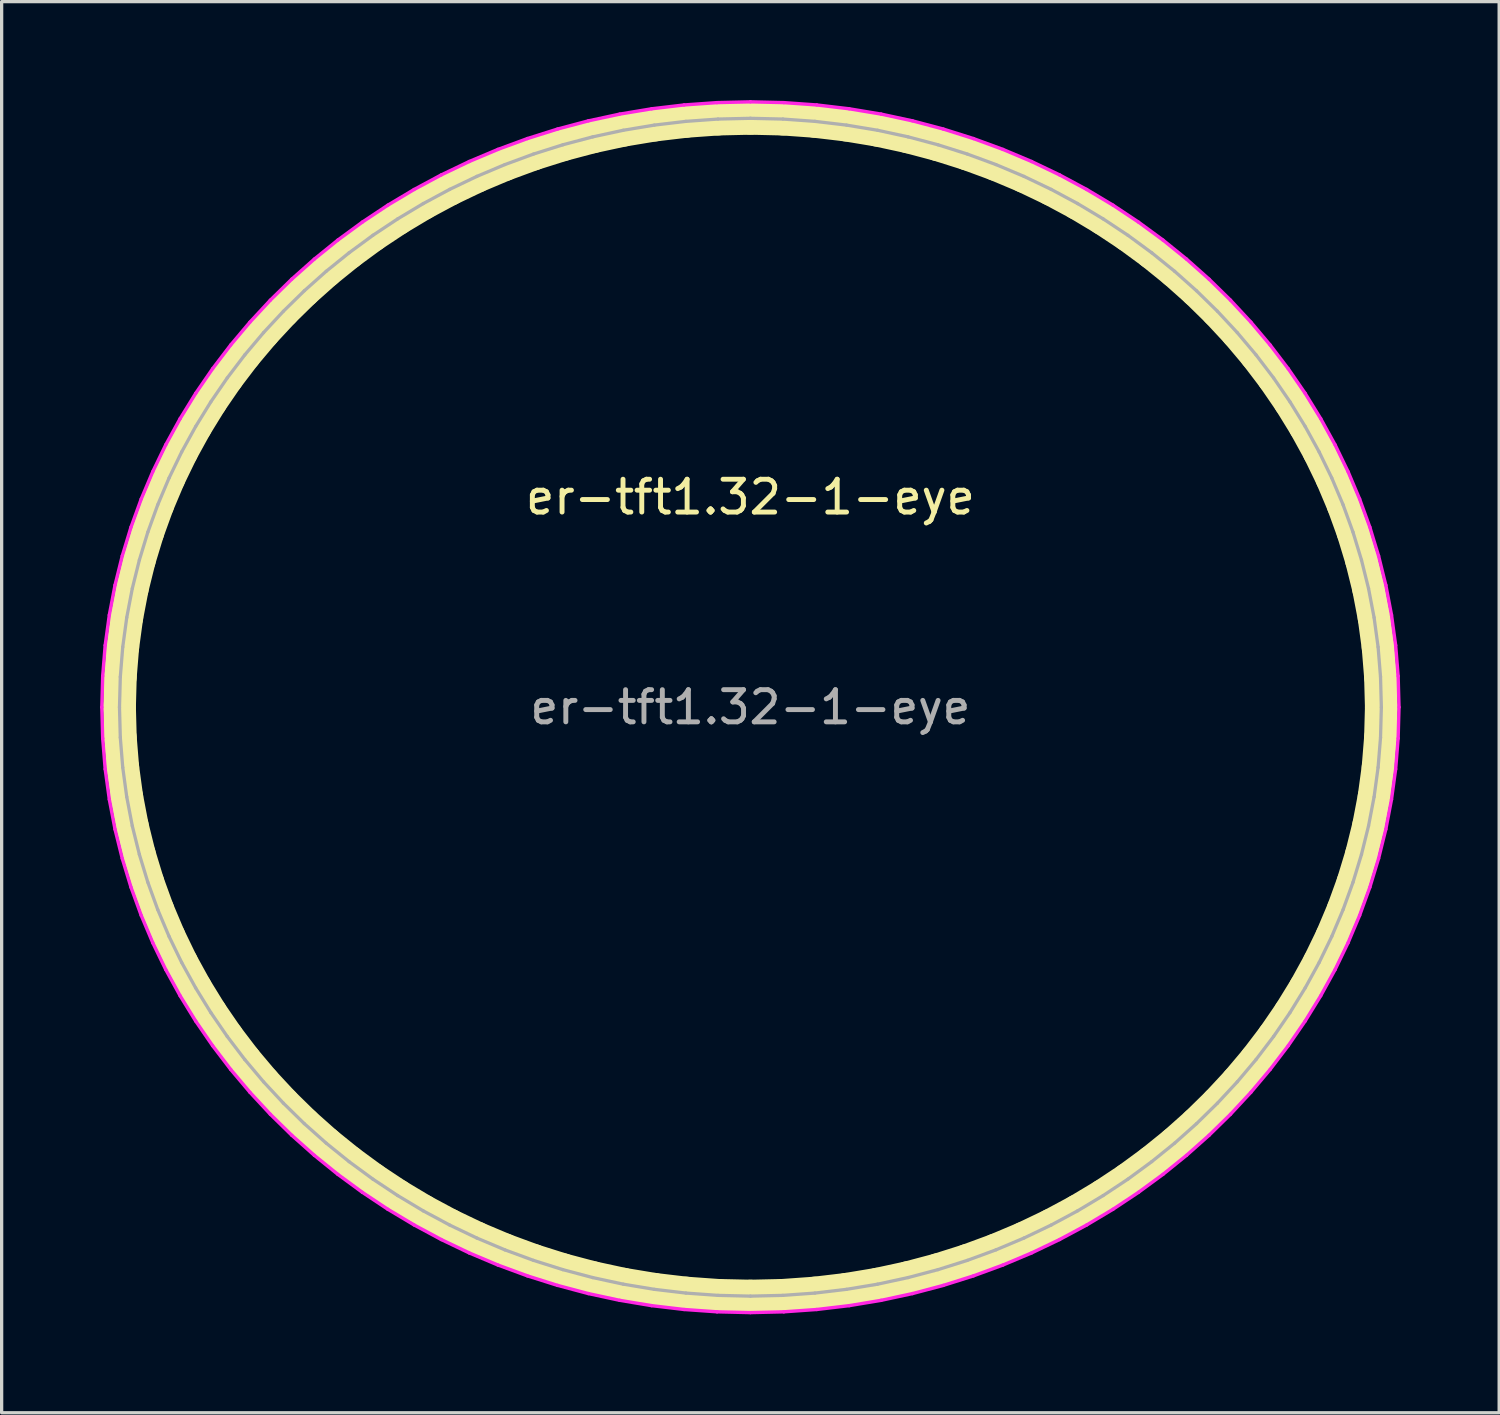
<source format=kicad_pcb>
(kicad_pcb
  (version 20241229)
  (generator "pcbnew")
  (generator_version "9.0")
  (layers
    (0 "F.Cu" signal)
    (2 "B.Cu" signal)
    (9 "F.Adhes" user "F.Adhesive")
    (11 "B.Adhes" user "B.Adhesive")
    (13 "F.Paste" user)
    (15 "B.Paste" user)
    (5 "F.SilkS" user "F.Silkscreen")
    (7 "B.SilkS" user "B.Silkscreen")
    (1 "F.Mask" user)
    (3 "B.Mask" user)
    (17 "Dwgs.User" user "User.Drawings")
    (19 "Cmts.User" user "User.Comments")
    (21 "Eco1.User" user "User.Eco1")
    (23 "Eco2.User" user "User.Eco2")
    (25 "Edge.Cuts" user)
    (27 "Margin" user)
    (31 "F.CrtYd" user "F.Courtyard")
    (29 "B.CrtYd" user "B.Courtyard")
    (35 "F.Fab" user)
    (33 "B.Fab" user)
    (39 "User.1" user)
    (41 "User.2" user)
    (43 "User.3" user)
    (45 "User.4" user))
  (footprint "er-tft1.32-1-eye"
    (layer "F.Cu")
    (at 19.81 18.494)
    (property "Reference" "er-tft1.32-1-eye" (at 0 -6.4 0) (layer "F.SilkS") (effects (font (size 1 1) (thickness 0.15))))
    (attr through_hole board_only exclude_from_pos_files exclude_from_bom)
    (fp_poly (pts (xy -8.24 -4.696) (xy -8.53 -4.142) (xy -8.782 -3.576) (xy -8.995 -2.997) (xy -9.169 -2.409) (xy -9.304 -1.813) (xy -9.401 -1.212) (xy -9.459 -0.607) (xy -9.478 0.000309) (xy -9.459 0.607) (xy -9.401 1.213) (xy -9.304 1.814) (xy -9.169 2.41) (xy -8.995 2.998) (xy -8.782 3.576) (xy -8.53 4.143) (xy -8.24 4.697) (xy -11.874 8.331) (xy -12.49 7.375) (xy -13.023 6.384) (xy -13.474 5.365) (xy -13.844 4.321) (xy -14.131 3.258) (xy -14.336 2.18) (xy -14.459 1.092) (xy -14.5 0.000184) (xy -14.459 -1.092) (xy -14.336 -2.18) (xy -14.131 -3.257) (xy -13.844 -4.321) (xy -13.475 -5.364) (xy -13.023 -6.384) (xy -12.49 -7.375) (xy -11.875 -8.331)) (stroke (width 0) (type solid)) (fill yes) (layer "F.Mask"))
    (fp_poly (pts (xy -4.164 8.557) (xy -3.594 8.811) (xy -3.013 9.026) (xy -2.422 9.202) (xy -1.823 9.339) (xy -1.219 9.437) (xy -0.61 9.496) (xy -0.000001 9.516) (xy 0.61 9.496) (xy 1.219 9.437) (xy 1.823 9.339) (xy 2.422 9.202) (xy 3.013 9.026) (xy 3.594 8.811) (xy 4.164 8.557) (xy 4.72 8.263) (xy 8.331 11.875) (xy 7.375 12.49) (xy 6.384 13.023) (xy 5.364 13.474) (xy 4.321 13.844) (xy 3.257 14.131) (xy 2.18 14.336) (xy 1.092 14.459) (xy -0.000001 14.5) (xy -1.092 14.459) (xy -2.18 14.336) (xy -3.257 14.131) (xy -4.321 13.844) (xy -5.364 13.474) (xy -6.384 13.023) (xy -7.375 12.49) (xy -8.331 11.875) (xy -4.72 8.263)) (stroke (width 0) (type solid)) (fill yes) (layer "F.Mask"))
    (fp_poly (pts (xy 1.092 -14.459) (xy 2.18 -14.336) (xy 3.258 -14.131) (xy 4.321 -13.844) (xy 5.365 -13.474) (xy 6.384 -13.023) (xy 7.375 -12.49) (xy 8.331 -11.874) (xy 4.696 -8.239) (xy 4.143 -8.53) (xy 3.576 -8.781) (xy 2.997 -8.994) (xy 2.409 -9.168) (xy 1.814 -9.304) (xy 1.212 -9.401) (xy 0.607 -9.459) (xy 0 -9.478) (xy -0.607 -9.459) (xy -1.212 -9.401) (xy -1.814 -9.304) (xy -2.409 -9.168) (xy -2.997 -8.994) (xy -3.576 -8.781) (xy -4.143 -8.53) (xy -4.696 -8.239) (xy -8.331 -11.874) (xy -7.375 -12.49) (xy -6.384 -13.023) (xy -5.365 -13.474) (xy -4.321 -13.844) (xy -3.258 -14.131) (xy -2.18 -14.336) (xy -1.092 -14.459) (xy 0.000001 -14.5)) (stroke (width 0) (type solid)) (fill yes) (layer "F.Mask"))
    (fp_poly (pts (xy 11.875 -8.331) (xy 12.49 -7.375) (xy 13.023 -6.384) (xy 13.475 -5.364) (xy 13.844 -4.321) (xy 14.131 -3.257) (xy 14.336 -2.18) (xy 14.459 -1.092) (xy 14.5 0.000184) (xy 14.459 1.092) (xy 14.336 2.18) (xy 14.131 3.258) (xy 13.844 4.321) (xy 13.474 5.365) (xy 13.023 6.384) (xy 12.49 7.375) (xy 11.874 8.331) (xy 8.24 4.697) (xy 8.53 4.143) (xy 8.782 3.576) (xy 8.995 2.998) (xy 9.169 2.41) (xy 9.304 1.814) (xy 9.401 1.213) (xy 9.459 0.607) (xy 9.478 0.000309) (xy 9.459 -0.607) (xy 9.401 -1.212) (xy 9.304 -1.813) (xy 9.169 -2.409) (xy 8.995 -2.997) (xy 8.782 -3.576) (xy 8.53 -4.142) (xy 8.24 -4.696) (xy 11.875 -8.331)) (stroke (width 0) (type solid)) (fill yes) (layer "F.Mask"))
    (fp_line (start -19.22 0) (end -19.195 -0.923) (stroke (width 1) (type solid)) (layer "F.SilkS"))
    (fp_line (start -19.195 -0.923) (end -19.121 -1.834) (stroke (width 1) (type solid)) (layer "F.SilkS"))
    (fp_line (start -19.195 0.923) (end -19.22 0) (stroke (width 1) (type solid)) (layer "F.SilkS"))
    (fp_line (start -19.121 -1.834) (end -18.999 -2.732) (stroke (width 1) (type solid)) (layer "F.SilkS"))
    (fp_line (start -19.121 1.834) (end -19.195 0.923) (stroke (width 1) (type solid)) (layer "F.SilkS"))
    (fp_line (start -18.999 -2.732) (end -18.83 -3.616) (stroke (width 1) (type solid)) (layer "F.SilkS"))
    (fp_line (start -18.999 2.732) (end -19.121 1.834) (stroke (width 1) (type solid)) (layer "F.SilkS"))
    (fp_line (start -18.83 -3.616) (end -18.615 -4.483) (stroke (width 1) (type solid)) (layer "F.SilkS"))
    (fp_line (start -18.83 3.616) (end -18.999 2.732) (stroke (width 1) (type solid)) (layer "F.SilkS"))
    (fp_line (start -18.615 -4.483) (end -18.356 -5.335) (stroke (width 1) (type solid)) (layer "F.SilkS"))
    (fp_line (start -18.615 4.483) (end -18.83 3.616) (stroke (width 1) (type solid)) (layer "F.SilkS"))
    (fp_line (start -18.356 -5.335) (end -18.054 -6.168) (stroke (width 1) (type solid)) (layer "F.SilkS"))
    (fp_line (start -18.356 5.335) (end -18.615 4.483) (stroke (width 1) (type solid)) (layer "F.SilkS"))
    (fp_line (start -18.054 -6.168) (end -17.71 -6.983) (stroke (width 1) (type solid)) (layer "F.SilkS"))
    (fp_line (start -18.054 6.168) (end -18.356 5.335) (stroke (width 1) (type solid)) (layer "F.SilkS"))
    (fp_line (start -17.71 -6.983) (end -17.325 -7.778) (stroke (width 1) (type solid)) (layer "F.SilkS"))
    (fp_line (start -17.71 6.983) (end -18.054 6.168) (stroke (width 1) (type solid)) (layer "F.SilkS"))
    (fp_line (start -17.325 -7.778) (end -16.9 -8.551) (stroke (width 1) (type solid)) (layer "F.SilkS"))
    (fp_line (start -17.325 7.778) (end -17.71 6.983) (stroke (width 1) (type solid)) (layer "F.SilkS"))
    (fp_line (start -16.9 -8.551) (end -16.437 -9.303) (stroke (width 1) (type solid)) (layer "F.SilkS"))
    (fp_line (start -16.9 8.551) (end -17.325 7.778) (stroke (width 1) (type solid)) (layer "F.SilkS"))
    (fp_line (start -16.437 -9.303) (end -15.938 -10.03) (stroke (width 1) (type solid)) (layer "F.SilkS"))
    (fp_line (start -16.437 9.303) (end -16.9 8.551) (stroke (width 1) (type solid)) (layer "F.SilkS"))
    (fp_line (start -15.938 -10.03) (end -15.402 -10.734) (stroke (width 1) (type solid)) (layer "F.SilkS"))
    (fp_line (start -15.938 10.03) (end -16.437 9.303) (stroke (width 1) (type solid)) (layer "F.SilkS"))
    (fp_line (start -15.402 -10.734) (end -14.831 -11.412) (stroke (width 1) (type solid)) (layer "F.SilkS"))
    (fp_line (start -15.402 10.734) (end -15.938 10.03) (stroke (width 1) (type solid)) (layer "F.SilkS"))
    (fp_line (start -14.831 -11.412) (end -14.227 -12.062) (stroke (width 1) (type solid)) (layer "F.SilkS"))
    (fp_line (start -14.831 11.412) (end -15.402 10.734) (stroke (width 1) (type solid)) (layer "F.SilkS"))
    (fp_line (start -14.227 -12.062) (end -13.591 -12.685) (stroke (width 1) (type solid)) (layer "F.SilkS"))
    (fp_line (start -14.227 12.062) (end -14.831 11.412) (stroke (width 1) (type solid)) (layer "F.SilkS"))
    (fp_line (start -13.591 -12.685) (end -12.923 -13.28) (stroke (width 1) (type solid)) (layer "F.SilkS"))
    (fp_line (start -13.591 12.685) (end -14.227 12.062) (stroke (width 1) (type solid)) (layer "F.SilkS"))
    (fp_line (start -12.923 -13.28) (end -12.226 -13.843) (stroke (width 1) (type solid)) (layer "F.SilkS"))
    (fp_line (start -12.923 13.28) (end -13.591 12.685) (stroke (width 1) (type solid)) (layer "F.SilkS"))
    (fp_line (start -12.226 -13.843) (end -11.5 -14.376) (stroke (width 1) (type solid)) (layer "F.SilkS"))
    (fp_line (start -12.226 13.843) (end -12.923 13.28) (stroke (width 1) (type solid)) (layer "F.SilkS"))
    (fp_line (start -11.5 -14.376) (end -10.746 -14.876) (stroke (width 1) (type solid)) (layer "F.SilkS"))
    (fp_line (start -11.5 14.376) (end -12.226 13.843) (stroke (width 1) (type solid)) (layer "F.SilkS"))
    (fp_line (start -10.746 -14.876) (end -9.966 -15.343) (stroke (width 1) (type solid)) (layer "F.SilkS"))
    (fp_line (start -10.746 14.876) (end -11.5 14.376) (stroke (width 1) (type solid)) (layer "F.SilkS"))
    (fp_line (start -9.966 -15.343) (end -9.161 -15.775) (stroke (width 1) (type solid)) (layer "F.SilkS"))
    (fp_line (start -9.966 15.343) (end -10.746 14.876) (stroke (width 1) (type solid)) (layer "F.SilkS"))
    (fp_line (start -9.161 -15.775) (end -8.333 -16.171) (stroke (width 1) (type solid)) (layer "F.SilkS"))
    (fp_line (start -9.161 15.775) (end -9.966 15.343) (stroke (width 1) (type solid)) (layer "F.SilkS"))
    (fp_line (start -8.333 -16.171) (end -7.481 -16.53) (stroke (width 1) (type solid)) (layer "F.SilkS"))
    (fp_line (start -8.333 16.171) (end -9.161 15.775) (stroke (width 1) (type solid)) (layer "F.SilkS"))
    (fp_line (start -7.481 -16.53) (end -6.608 -16.851) (stroke (width 1) (type solid)) (layer "F.SilkS"))
    (fp_line (start -7.481 16.53) (end -8.333 16.171) (stroke (width 1) (type solid)) (layer "F.SilkS"))
    (fp_line (start -6.608 -16.851) (end -5.715 -17.133) (stroke (width 1) (type solid)) (layer "F.SilkS"))
    (fp_line (start -6.608 16.851) (end -7.481 16.53) (stroke (width 1) (type solid)) (layer "F.SilkS"))
    (fp_line (start -5.715 -17.133) (end -4.803 -17.375) (stroke (width 1) (type solid)) (layer "F.SilkS"))
    (fp_line (start -5.715 17.133) (end -6.608 16.851) (stroke (width 1) (type solid)) (layer "F.SilkS"))
    (fp_line (start -4.803 -17.375) (end -3.873 -17.576) (stroke (width 1) (type solid)) (layer "F.SilkS"))
    (fp_line (start -4.803 17.375) (end -5.715 17.133) (stroke (width 1) (type solid)) (layer "F.SilkS"))
    (fp_line (start -3.873 -17.576) (end -2.927 -17.733) (stroke (width 1) (type solid)) (layer "F.SilkS"))
    (fp_line (start -3.873 17.576) (end -4.803 17.375) (stroke (width 1) (type solid)) (layer "F.SilkS"))
    (fp_line (start -2.927 -17.733) (end -1.965 -17.847) (stroke (width 1) (type solid)) (layer "F.SilkS"))
    (fp_line (start -2.927 17.733) (end -3.873 17.576) (stroke (width 1) (type solid)) (layer "F.SilkS"))
    (fp_line (start -1.965 -17.847) (end -0.989 -17.917) (stroke (width 1) (type solid)) (layer "F.SilkS"))
    (fp_line (start -1.965 17.847) (end -2.927 17.733) (stroke (width 1) (type solid)) (layer "F.SilkS"))
    (fp_line (start -0.989 -17.917) (end 0 -17.94) (stroke (width 1) (type solid)) (layer "F.SilkS"))
    (fp_line (start -0.989 17.917) (end -1.965 17.847) (stroke (width 1) (type solid)) (layer "F.SilkS"))
    (fp_line (start 0 -17.94) (end 0.989 -17.917) (stroke (width 1) (type solid)) (layer "F.SilkS"))
    (fp_line (start 0 17.94) (end -0.989 17.917) (stroke (width 1) (type solid)) (layer "F.SilkS"))
    (fp_line (start 0.989 -17.917) (end 1.965 -17.847) (stroke (width 1) (type solid)) (layer "F.SilkS"))
    (fp_line (start 0.989 17.917) (end 0 17.94) (stroke (width 1) (type solid)) (layer "F.SilkS"))
    (fp_line (start 1.965 -17.847) (end 2.927 -17.733) (stroke (width 1) (type solid)) (layer "F.SilkS"))
    (fp_line (start 1.965 17.847) (end 0.989 17.917) (stroke (width 1) (type solid)) (layer "F.SilkS"))
    (fp_line (start 2.927 -17.733) (end 3.873 -17.576) (stroke (width 1) (type solid)) (layer "F.SilkS"))
    (fp_line (start 2.927 17.733) (end 1.965 17.847) (stroke (width 1) (type solid)) (layer "F.SilkS"))
    (fp_line (start 3.873 -17.576) (end 4.803 -17.375) (stroke (width 1) (type solid)) (layer "F.SilkS"))
    (fp_line (start 3.873 17.576) (end 2.927 17.733) (stroke (width 1) (type solid)) (layer "F.SilkS"))
    (fp_line (start 4.803 -17.375) (end 5.715 -17.133) (stroke (width 1) (type solid)) (layer "F.SilkS"))
    (fp_line (start 4.803 17.375) (end 3.873 17.576) (stroke (width 1) (type solid)) (layer "F.SilkS"))
    (fp_line (start 5.715 -17.133) (end 6.608 -16.851) (stroke (width 1) (type solid)) (layer "F.SilkS"))
    (fp_line (start 5.715 17.133) (end 4.803 17.375) (stroke (width 1) (type solid)) (layer "F.SilkS"))
    (fp_line (start 6.608 -16.851) (end 7.481 -16.53) (stroke (width 1) (type solid)) (layer "F.SilkS"))
    (fp_line (start 6.608 16.851) (end 5.715 17.133) (stroke (width 1) (type solid)) (layer "F.SilkS"))
    (fp_line (start 7.481 -16.53) (end 8.333 -16.171) (stroke (width 1) (type solid)) (layer "F.SilkS"))
    (fp_line (start 7.481 16.53) (end 6.608 16.851) (stroke (width 1) (type solid)) (layer "F.SilkS"))
    (fp_line (start 8.333 -16.171) (end 9.161 -15.775) (stroke (width 1) (type solid)) (layer "F.SilkS"))
    (fp_line (start 8.333 16.171) (end 7.481 16.53) (stroke (width 1) (type solid)) (layer "F.SilkS"))
    (fp_line (start 9.161 -15.775) (end 9.966 -15.343) (stroke (width 1) (type solid)) (layer "F.SilkS"))
    (fp_line (start 9.161 15.775) (end 8.333 16.171) (stroke (width 1) (type solid)) (layer "F.SilkS"))
    (fp_line (start 9.966 -15.343) (end 10.746 -14.876) (stroke (width 1) (type solid)) (layer "F.SilkS"))
    (fp_line (start 9.966 15.343) (end 9.161 15.775) (stroke (width 1) (type solid)) (layer "F.SilkS"))
    (fp_line (start 10.746 -14.876) (end 11.5 -14.376) (stroke (width 1) (type solid)) (layer "F.SilkS"))
    (fp_line (start 10.746 14.876) (end 9.966 15.343) (stroke (width 1) (type solid)) (layer "F.SilkS"))
    (fp_line (start 11.5 -14.376) (end 12.226 -13.843) (stroke (width 1) (type solid)) (layer "F.SilkS"))
    (fp_line (start 11.5 14.376) (end 10.746 14.876) (stroke (width 1) (type solid)) (layer "F.SilkS"))
    (fp_line (start 12.226 -13.843) (end 12.923 -13.28) (stroke (width 1) (type solid)) (layer "F.SilkS"))
    (fp_line (start 12.226 13.843) (end 11.5 14.376) (stroke (width 1) (type solid)) (layer "F.SilkS"))
    (fp_line (start 12.923 -13.28) (end 13.591 -12.685) (stroke (width 1) (type solid)) (layer "F.SilkS"))
    (fp_line (start 12.923 13.28) (end 12.226 13.843) (stroke (width 1) (type solid)) (layer "F.SilkS"))
    (fp_line (start 13.591 -12.685) (end 14.227 -12.062) (stroke (width 1) (type solid)) (layer "F.SilkS"))
    (fp_line (start 13.591 12.685) (end 12.923 13.28) (stroke (width 1) (type solid)) (layer "F.SilkS"))
    (fp_line (start 14.227 -12.062) (end 14.831 -11.412) (stroke (width 1) (type solid)) (layer "F.SilkS"))
    (fp_line (start 14.227 12.062) (end 13.591 12.685) (stroke (width 1) (type solid)) (layer "F.SilkS"))
    (fp_line (start 14.831 -11.412) (end 15.402 -10.734) (stroke (width 1) (type solid)) (layer "F.SilkS"))
    (fp_line (start 14.831 11.412) (end 14.227 12.062) (stroke (width 1) (type solid)) (layer "F.SilkS"))
    (fp_line (start 15.402 -10.734) (end 15.938 -10.03) (stroke (width 1) (type solid)) (layer "F.SilkS"))
    (fp_line (start 15.402 10.734) (end 14.831 11.412) (stroke (width 1) (type solid)) (layer "F.SilkS"))
    (fp_line (start 15.938 -10.03) (end 16.437 -9.303) (stroke (width 1) (type solid)) (layer "F.SilkS"))
    (fp_line (start 15.938 10.03) (end 15.402 10.734) (stroke (width 1) (type solid)) (layer "F.SilkS"))
    (fp_line (start 16.437 -9.303) (end 16.9 -8.551) (stroke (width 1) (type solid)) (layer "F.SilkS"))
    (fp_line (start 16.437 9.303) (end 15.938 10.03) (stroke (width 1) (type solid)) (layer "F.SilkS"))
    (fp_line (start 16.9 -8.551) (end 17.325 -7.778) (stroke (width 1) (type solid)) (layer "F.SilkS"))
    (fp_line (start 16.9 8.551) (end 16.437 9.303) (stroke (width 1) (type solid)) (layer "F.SilkS"))
    (fp_line (start 17.325 -7.778) (end 17.71 -6.983) (stroke (width 1) (type solid)) (layer "F.SilkS"))
    (fp_line (start 17.325 7.778) (end 16.9 8.551) (stroke (width 1) (type solid)) (layer "F.SilkS"))
    (fp_line (start 17.71 -6.983) (end 18.054 -6.168) (stroke (width 1) (type solid)) (layer "F.SilkS"))
    (fp_line (start 17.71 6.983) (end 17.325 7.778) (stroke (width 1) (type solid)) (layer "F.SilkS"))
    (fp_line (start 18.054 -6.168) (end 18.356 -5.335) (stroke (width 1) (type solid)) (layer "F.SilkS"))
    (fp_line (start 18.054 6.168) (end 17.71 6.983) (stroke (width 1) (type solid)) (layer "F.SilkS"))
    (fp_line (start 18.356 -5.335) (end 18.615 -4.483) (stroke (width 1) (type solid)) (layer "F.SilkS"))
    (fp_line (start 18.356 5.335) (end 18.054 6.168) (stroke (width 1) (type solid)) (layer "F.SilkS"))
    (fp_line (start 18.615 -4.483) (end 18.83 -3.616) (stroke (width 1) (type solid)) (layer "F.SilkS"))
    (fp_line (start 18.615 4.483) (end 18.356 5.335) (stroke (width 1) (type solid)) (layer "F.SilkS"))
    (fp_line (start 18.83 -3.616) (end 18.999 -2.732) (stroke (width 1) (type solid)) (layer "F.SilkS"))
    (fp_line (start 18.83 3.616) (end 18.615 4.483) (stroke (width 1) (type solid)) (layer "F.SilkS"))
    (fp_line (start 18.999 -2.732) (end 19.121 -1.834) (stroke (width 1) (type solid)) (layer "F.SilkS"))
    (fp_line (start 18.999 2.732) (end 18.83 3.616) (stroke (width 1) (type solid)) (layer "F.SilkS"))
    (fp_line (start 19.121 -1.834) (end 19.195 -0.923) (stroke (width 1) (type solid)) (layer "F.SilkS"))
    (fp_line (start 19.121 1.834) (end 18.999 2.732) (stroke (width 1) (type solid)) (layer "F.SilkS"))
    (fp_line (start 19.195 -0.923) (end 19.22 0) (stroke (width 1) (type solid)) (layer "F.SilkS"))
    (fp_line (start 19.195 0.923) (end 19.121 1.834) (stroke (width 1) (type solid)) (layer "F.SilkS"))
    (fp_line (start 19.22 0) (end 19.195 0.923) (stroke (width 1) (type solid)) (layer "F.SilkS"))
    (fp_line (start -19.758 0) (end -19.732 -0.949) (stroke (width 0.103) (type solid)) (layer "F.CrtYd"))
    (fp_line (start -19.732 -0.949) (end -19.656 -1.886) (stroke (width 0.103) (type solid)) (layer "F.CrtYd"))
    (fp_line (start -19.732 0.949) (end -19.758 0) (stroke (width 0.103) (type solid)) (layer "F.CrtYd"))
    (fp_line (start -19.656 -1.886) (end -19.53 -2.809) (stroke (width 0.103) (type solid)) (layer "F.CrtYd"))
    (fp_line (start -19.656 1.886) (end -19.732 0.949) (stroke (width 0.103) (type solid)) (layer "F.CrtYd"))
    (fp_line (start -19.53 -2.809) (end -19.357 -3.717) (stroke (width 0.103) (type solid)) (layer "F.CrtYd"))
    (fp_line (start -19.53 2.809) (end -19.656 1.886) (stroke (width 0.103) (type solid)) (layer "F.CrtYd"))
    (fp_line (start -19.357 -3.717) (end -19.136 -4.609) (stroke (width 0.103) (type solid)) (layer "F.CrtYd"))
    (fp_line (start -19.357 3.717) (end -19.53 2.809) (stroke (width 0.103) (type solid)) (layer "F.CrtYd"))
    (fp_line (start -19.136 -4.609) (end -18.87 -5.484) (stroke (width 0.103) (type solid)) (layer "F.CrtYd"))
    (fp_line (start -19.136 4.609) (end -19.357 3.717) (stroke (width 0.103) (type solid)) (layer "F.CrtYd"))
    (fp_line (start -18.87 -5.484) (end -18.559 -6.341) (stroke (width 0.103) (type solid)) (layer "F.CrtYd"))
    (fp_line (start -18.87 5.484) (end -19.136 4.609) (stroke (width 0.103) (type solid)) (layer "F.CrtYd"))
    (fp_line (start -18.559 -6.341) (end -18.205 -7.179) (stroke (width 0.103) (type solid)) (layer "F.CrtYd"))
    (fp_line (start -18.559 6.341) (end -18.87 5.484) (stroke (width 0.103) (type solid)) (layer "F.CrtYd"))
    (fp_line (start -18.205 -7.179) (end -17.81 -7.996) (stroke (width 0.103) (type solid)) (layer "F.CrtYd"))
    (fp_line (start -18.205 7.179) (end -18.559 6.341) (stroke (width 0.103) (type solid)) (layer "F.CrtYd"))
    (fp_line (start -17.81 -7.996) (end -17.373 -8.791) (stroke (width 0.103) (type solid)) (layer "F.CrtYd"))
    (fp_line (start -17.81 7.996) (end -18.205 7.179) (stroke (width 0.103) (type solid)) (layer "F.CrtYd"))
    (fp_line (start -17.373 -8.791) (end -16.898 -9.563) (stroke (width 0.103) (type solid)) (layer "F.CrtYd"))
    (fp_line (start -17.373 8.791) (end -17.81 7.996) (stroke (width 0.103) (type solid)) (layer "F.CrtYd"))
    (fp_line (start -16.898 -9.563) (end -16.384 -10.311) (stroke (width 0.103) (type solid)) (layer "F.CrtYd"))
    (fp_line (start -16.898 9.563) (end -17.373 8.791) (stroke (width 0.103) (type solid)) (layer "F.CrtYd"))
    (fp_line (start -16.384 -10.311) (end -15.833 -11.034) (stroke (width 0.103) (type solid)) (layer "F.CrtYd"))
    (fp_line (start -16.384 10.311) (end -16.898 9.563) (stroke (width 0.103) (type solid)) (layer "F.CrtYd"))
    (fp_line (start -15.833 -11.034) (end -15.246 -11.731) (stroke (width 0.103) (type solid)) (layer "F.CrtYd"))
    (fp_line (start -15.833 11.034) (end -16.384 10.311) (stroke (width 0.103) (type solid)) (layer "F.CrtYd"))
    (fp_line (start -15.246 -11.731) (end -14.625 -12.4) (stroke (width 0.103) (type solid)) (layer "F.CrtYd"))
    (fp_line (start -15.246 11.731) (end -15.833 11.034) (stroke (width 0.103) (type solid)) (layer "F.CrtYd"))
    (fp_line (start -14.625 -12.4) (end -13.971 -13.041) (stroke (width 0.103) (type solid)) (layer "F.CrtYd"))
    (fp_line (start -14.625 12.4) (end -15.246 11.731) (stroke (width 0.103) (type solid)) (layer "F.CrtYd"))
    (fp_line (start -13.971 -13.041) (end -13.285 -13.651) (stroke (width 0.103) (type solid)) (layer "F.CrtYd"))
    (fp_line (start -13.971 13.041) (end -14.625 12.4) (stroke (width 0.103) (type solid)) (layer "F.CrtYd"))
    (fp_line (start -13.285 -13.651) (end -12.568 -14.231) (stroke (width 0.103) (type solid)) (layer "F.CrtYd"))
    (fp_line (start -13.285 13.651) (end -13.971 13.041) (stroke (width 0.103) (type solid)) (layer "F.CrtYd"))
    (fp_line (start -12.568 -14.231) (end -11.822 -14.778) (stroke (width 0.103) (type solid)) (layer "F.CrtYd"))
    (fp_line (start -12.568 14.231) (end -13.285 13.651) (stroke (width 0.103) (type solid)) (layer "F.CrtYd"))
    (fp_line (start -11.822 -14.778) (end -11.047 -15.293) (stroke (width 0.103) (type solid)) (layer "F.CrtYd"))
    (fp_line (start -11.822 14.778) (end -12.568 14.231) (stroke (width 0.103) (type solid)) (layer "F.CrtYd"))
    (fp_line (start -11.047 -15.293) (end -10.245 -15.772) (stroke (width 0.103) (type solid)) (layer "F.CrtYd"))
    (fp_line (start -11.047 15.293) (end -11.822 14.778) (stroke (width 0.103) (type solid)) (layer "F.CrtYd"))
    (fp_line (start -10.245 -15.772) (end -9.418 -16.216) (stroke (width 0.103) (type solid)) (layer "F.CrtYd"))
    (fp_line (start -10.245 15.772) (end -11.047 15.293) (stroke (width 0.103) (type solid)) (layer "F.CrtYd"))
    (fp_line (start -9.418 -16.216) (end -8.566 -16.624) (stroke (width 0.103) (type solid)) (layer "F.CrtYd"))
    (fp_line (start -9.418 16.216) (end -10.245 15.772) (stroke (width 0.103) (type solid)) (layer "F.CrtYd"))
    (fp_line (start -8.566 -16.624) (end -7.691 -16.993) (stroke (width 0.103) (type solid)) (layer "F.CrtYd"))
    (fp_line (start -8.566 16.624) (end -9.418 16.216) (stroke (width 0.103) (type solid)) (layer "F.CrtYd"))
    (fp_line (start -7.691 -16.993) (end -6.794 -17.323) (stroke (width 0.103) (type solid)) (layer "F.CrtYd"))
    (fp_line (start -7.691 16.993) (end -8.566 16.624) (stroke (width 0.103) (type solid)) (layer "F.CrtYd"))
    (fp_line (start -6.794 -17.323) (end -5.875 -17.613) (stroke (width 0.103) (type solid)) (layer "F.CrtYd"))
    (fp_line (start -6.794 17.323) (end -7.691 16.993) (stroke (width 0.103) (type solid)) (layer "F.CrtYd"))
    (fp_line (start -5.875 -17.613) (end -4.938 -17.862) (stroke (width 0.103) (type solid)) (layer "F.CrtYd"))
    (fp_line (start -5.875 17.613) (end -6.794 17.323) (stroke (width 0.103) (type solid)) (layer "F.CrtYd"))
    (fp_line (start -4.938 -17.862) (end -3.982 -18.068) (stroke (width 0.103) (type solid)) (layer "F.CrtYd"))
    (fp_line (start -4.938 17.862) (end -5.875 17.613) (stroke (width 0.103) (type solid)) (layer "F.CrtYd"))
    (fp_line (start -3.982 -18.068) (end -3.009 -18.23) (stroke (width 0.103) (type solid)) (layer "F.CrtYd"))
    (fp_line (start -3.982 18.068) (end -4.938 17.862) (stroke (width 0.103) (type solid)) (layer "F.CrtYd"))
    (fp_line (start -3.009 -18.23) (end -2.02 -18.347) (stroke (width 0.103) (type solid)) (layer "F.CrtYd"))
    (fp_line (start -3.009 18.23) (end -3.982 18.068) (stroke (width 0.103) (type solid)) (layer "F.CrtYd"))
    (fp_line (start -2.02 -18.347) (end -1.017 -18.418) (stroke (width 0.103) (type solid)) (layer "F.CrtYd"))
    (fp_line (start -2.02 18.347) (end -3.009 18.23) (stroke (width 0.103) (type solid)) (layer "F.CrtYd"))
    (fp_line (start -1.017 -18.418) (end 0 -18.442) (stroke (width 0.103) (type solid)) (layer "F.CrtYd"))
    (fp_line (start -1.017 18.418) (end -2.02 18.347) (stroke (width 0.103) (type solid)) (layer "F.CrtYd"))
    (fp_line (start 0 -18.442) (end 1.017 -18.418) (stroke (width 0.103) (type solid)) (layer "F.CrtYd"))
    (fp_line (start 0 18.442) (end -1.017 18.418) (stroke (width 0.103) (type solid)) (layer "F.CrtYd"))
    (fp_line (start 1.017 -18.418) (end 2.02 -18.347) (stroke (width 0.103) (type solid)) (layer "F.CrtYd"))
    (fp_line (start 1.017 18.418) (end 0 18.442) (stroke (width 0.103) (type solid)) (layer "F.CrtYd"))
    (fp_line (start 2.02 -18.347) (end 3.009 -18.23) (stroke (width 0.103) (type solid)) (layer "F.CrtYd"))
    (fp_line (start 2.02 18.347) (end 1.017 18.418) (stroke (width 0.103) (type solid)) (layer "F.CrtYd"))
    (fp_line (start 3.009 -18.23) (end 3.982 -18.068) (stroke (width 0.103) (type solid)) (layer "F.CrtYd"))
    (fp_line (start 3.009 18.23) (end 2.02 18.347) (stroke (width 0.103) (type solid)) (layer "F.CrtYd"))
    (fp_line (start 3.982 -18.068) (end 4.938 -17.862) (stroke (width 0.103) (type solid)) (layer "F.CrtYd"))
    (fp_line (start 3.982 18.068) (end 3.009 18.23) (stroke (width 0.103) (type solid)) (layer "F.CrtYd"))
    (fp_line (start 4.938 -17.862) (end 5.875 -17.613) (stroke (width 0.103) (type solid)) (layer "F.CrtYd"))
    (fp_line (start 4.938 17.862) (end 3.982 18.068) (stroke (width 0.103) (type solid)) (layer "F.CrtYd"))
    (fp_line (start 5.875 -17.613) (end 6.794 -17.323) (stroke (width 0.103) (type solid)) (layer "F.CrtYd"))
    (fp_line (start 5.875 17.613) (end 4.938 17.862) (stroke (width 0.103) (type solid)) (layer "F.CrtYd"))
    (fp_line (start 6.794 -17.323) (end 7.691 -16.993) (stroke (width 0.103) (type solid)) (layer "F.CrtYd"))
    (fp_line (start 6.794 17.323) (end 5.875 17.613) (stroke (width 0.103) (type solid)) (layer "F.CrtYd"))
    (fp_line (start 7.691 -16.993) (end 8.566 -16.624) (stroke (width 0.103) (type solid)) (layer "F.CrtYd"))
    (fp_line (start 7.691 16.993) (end 6.794 17.323) (stroke (width 0.103) (type solid)) (layer "F.CrtYd"))
    (fp_line (start 8.566 -16.624) (end 9.418 -16.216) (stroke (width 0.103) (type solid)) (layer "F.CrtYd"))
    (fp_line (start 8.566 16.624) (end 7.691 16.993) (stroke (width 0.103) (type solid)) (layer "F.CrtYd"))
    (fp_line (start 9.418 -16.216) (end 10.245 -15.772) (stroke (width 0.103) (type solid)) (layer "F.CrtYd"))
    (fp_line (start 9.418 16.216) (end 8.566 16.624) (stroke (width 0.103) (type solid)) (layer "F.CrtYd"))
    (fp_line (start 10.245 -15.772) (end 11.047 -15.293) (stroke (width 0.103) (type solid)) (layer "F.CrtYd"))
    (fp_line (start 10.245 15.772) (end 9.418 16.216) (stroke (width 0.103) (type solid)) (layer "F.CrtYd"))
    (fp_line (start 11.047 -15.293) (end 11.822 -14.778) (stroke (width 0.103) (type solid)) (layer "F.CrtYd"))
    (fp_line (start 11.047 15.293) (end 10.245 15.772) (stroke (width 0.103) (type solid)) (layer "F.CrtYd"))
    (fp_line (start 11.822 -14.778) (end 12.568 -14.231) (stroke (width 0.103) (type solid)) (layer "F.CrtYd"))
    (fp_line (start 11.822 14.778) (end 11.047 15.293) (stroke (width 0.103) (type solid)) (layer "F.CrtYd"))
    (fp_line (start 12.568 -14.231) (end 13.285 -13.651) (stroke (width 0.103) (type solid)) (layer "F.CrtYd"))
    (fp_line (start 12.568 14.231) (end 11.822 14.778) (stroke (width 0.103) (type solid)) (layer "F.CrtYd"))
    (fp_line (start 13.285 -13.651) (end 13.971 -13.041) (stroke (width 0.103) (type solid)) (layer "F.CrtYd"))
    (fp_line (start 13.285 13.651) (end 12.568 14.231) (stroke (width 0.103) (type solid)) (layer "F.CrtYd"))
    (fp_line (start 13.971 -13.041) (end 14.625 -12.4) (stroke (width 0.103) (type solid)) (layer "F.CrtYd"))
    (fp_line (start 13.971 13.041) (end 13.285 13.651) (stroke (width 0.103) (type solid)) (layer "F.CrtYd"))
    (fp_line (start 14.625 -12.4) (end 15.246 -11.731) (stroke (width 0.103) (type solid)) (layer "F.CrtYd"))
    (fp_line (start 14.625 12.4) (end 13.971 13.041) (stroke (width 0.103) (type solid)) (layer "F.CrtYd"))
    (fp_line (start 15.246 -11.731) (end 15.833 -11.034) (stroke (width 0.103) (type solid)) (layer "F.CrtYd"))
    (fp_line (start 15.246 11.731) (end 14.625 12.4) (stroke (width 0.103) (type solid)) (layer "F.CrtYd"))
    (fp_line (start 15.833 -11.034) (end 16.384 -10.311) (stroke (width 0.103) (type solid)) (layer "F.CrtYd"))
    (fp_line (start 15.833 11.034) (end 15.246 11.731) (stroke (width 0.103) (type solid)) (layer "F.CrtYd"))
    (fp_line (start 16.384 -10.311) (end 16.898 -9.563) (stroke (width 0.103) (type solid)) (layer "F.CrtYd"))
    (fp_line (start 16.384 10.311) (end 15.833 11.034) (stroke (width 0.103) (type solid)) (layer "F.CrtYd"))
    (fp_line (start 16.898 -9.563) (end 17.373 -8.791) (stroke (width 0.103) (type solid)) (layer "F.CrtYd"))
    (fp_line (start 16.898 9.563) (end 16.384 10.311) (stroke (width 0.103) (type solid)) (layer "F.CrtYd"))
    (fp_line (start 17.373 -8.791) (end 17.81 -7.996) (stroke (width 0.103) (type solid)) (layer "F.CrtYd"))
    (fp_line (start 17.373 8.791) (end 16.898 9.563) (stroke (width 0.103) (type solid)) (layer "F.CrtYd"))
    (fp_line (start 17.81 -7.996) (end 18.205 -7.179) (stroke (width 0.103) (type solid)) (layer "F.CrtYd"))
    (fp_line (start 17.81 7.996) (end 17.373 8.791) (stroke (width 0.103) (type solid)) (layer "F.CrtYd"))
    (fp_line (start 18.205 -7.179) (end 18.559 -6.341) (stroke (width 0.103) (type solid)) (layer "F.CrtYd"))
    (fp_line (start 18.205 7.179) (end 17.81 7.996) (stroke (width 0.103) (type solid)) (layer "F.CrtYd"))
    (fp_line (start 18.559 -6.341) (end 18.87 -5.484) (stroke (width 0.103) (type solid)) (layer "F.CrtYd"))
    (fp_line (start 18.559 6.341) (end 18.205 7.179) (stroke (width 0.103) (type solid)) (layer "F.CrtYd"))
    (fp_line (start 18.87 -5.484) (end 19.136 -4.609) (stroke (width 0.103) (type solid)) (layer "F.CrtYd"))
    (fp_line (start 18.87 5.484) (end 18.559 6.341) (stroke (width 0.103) (type solid)) (layer "F.CrtYd"))
    (fp_line (start 19.136 -4.609) (end 19.357 -3.717) (stroke (width 0.103) (type solid)) (layer "F.CrtYd"))
    (fp_line (start 19.136 4.609) (end 18.87 5.484) (stroke (width 0.103) (type solid)) (layer "F.CrtYd"))
    (fp_line (start 19.357 -3.717) (end 19.53 -2.809) (stroke (width 0.103) (type solid)) (layer "F.CrtYd"))
    (fp_line (start 19.357 3.717) (end 19.136 4.609) (stroke (width 0.103) (type solid)) (layer "F.CrtYd"))
    (fp_line (start 19.53 -2.809) (end 19.656 -1.886) (stroke (width 0.103) (type solid)) (layer "F.CrtYd"))
    (fp_line (start 19.53 2.809) (end 19.357 3.717) (stroke (width 0.103) (type solid)) (layer "F.CrtYd"))
    (fp_line (start 19.656 -1.886) (end 19.732 -0.949) (stroke (width 0.103) (type solid)) (layer "F.CrtYd"))
    (fp_line (start 19.656 1.886) (end 19.53 2.809) (stroke (width 0.103) (type solid)) (layer "F.CrtYd"))
    (fp_line (start 19.732 -0.949) (end 19.758 0) (stroke (width 0.103) (type solid)) (layer "F.CrtYd"))
    (fp_line (start 19.732 0.949) (end 19.656 1.886) (stroke (width 0.103) (type solid)) (layer "F.CrtYd"))
    (fp_line (start 19.758 0) (end 19.732 0.949) (stroke (width 0.103) (type solid)) (layer "F.CrtYd"))
    (fp_line (start -19.22 0) (end -19.195 -0.923) (stroke (width 0.1) (type solid)) (layer "F.Fab"))
    (fp_line (start -19.195 -0.923) (end -19.121 -1.834) (stroke (width 0.1) (type solid)) (layer "F.Fab"))
    (fp_line (start -19.195 0.923) (end -19.22 0) (stroke (width 0.1) (type solid)) (layer "F.Fab"))
    (fp_line (start -19.121 -1.834) (end -18.999 -2.732) (stroke (width 0.1) (type solid)) (layer "F.Fab"))
    (fp_line (start -19.121 1.834) (end -19.195 0.923) (stroke (width 0.1) (type solid)) (layer "F.Fab"))
    (fp_line (start -18.999 -2.732) (end -18.83 -3.616) (stroke (width 0.1) (type solid)) (layer "F.Fab"))
    (fp_line (start -18.999 2.732) (end -19.121 1.834) (stroke (width 0.1) (type solid)) (layer "F.Fab"))
    (fp_line (start -18.83 -3.616) (end -18.615 -4.483) (stroke (width 0.1) (type solid)) (layer "F.Fab"))
    (fp_line (start -18.83 3.616) (end -18.999 2.732) (stroke (width 0.1) (type solid)) (layer "F.Fab"))
    (fp_line (start -18.615 -4.483) (end -18.356 -5.335) (stroke (width 0.1) (type solid)) (layer "F.Fab"))
    (fp_line (start -18.615 4.483) (end -18.83 3.616) (stroke (width 0.1) (type solid)) (layer "F.Fab"))
    (fp_line (start -18.356 -5.335) (end -18.054 -6.168) (stroke (width 0.1) (type solid)) (layer "F.Fab"))
    (fp_line (start -18.356 5.335) (end -18.615 4.483) (stroke (width 0.1) (type solid)) (layer "F.Fab"))
    (fp_line (start -18.054 -6.168) (end -17.71 -6.983) (stroke (width 0.1) (type solid)) (layer "F.Fab"))
    (fp_line (start -18.054 6.168) (end -18.356 5.335) (stroke (width 0.1) (type solid)) (layer "F.Fab"))
    (fp_line (start -17.71 -6.983) (end -17.325 -7.778) (stroke (width 0.1) (type solid)) (layer "F.Fab"))
    (fp_line (start -17.71 6.983) (end -18.054 6.168) (stroke (width 0.1) (type solid)) (layer "F.Fab"))
    (fp_line (start -17.325 -7.778) (end -16.9 -8.551) (stroke (width 0.1) (type solid)) (layer "F.Fab"))
    (fp_line (start -17.325 7.778) (end -17.71 6.983) (stroke (width 0.1) (type solid)) (layer "F.Fab"))
    (fp_line (start -16.9 -8.551) (end -16.437 -9.303) (stroke (width 0.1) (type solid)) (layer "F.Fab"))
    (fp_line (start -16.9 8.551) (end -17.325 7.778) (stroke (width 0.1) (type solid)) (layer "F.Fab"))
    (fp_line (start -16.437 -9.303) (end -15.938 -10.03) (stroke (width 0.1) (type solid)) (layer "F.Fab"))
    (fp_line (start -16.437 9.303) (end -16.9 8.551) (stroke (width 0.1) (type solid)) (layer "F.Fab"))
    (fp_line (start -15.938 -10.03) (end -15.402 -10.734) (stroke (width 0.1) (type solid)) (layer "F.Fab"))
    (fp_line (start -15.938 10.03) (end -16.437 9.303) (stroke (width 0.1) (type solid)) (layer "F.Fab"))
    (fp_line (start -15.402 -10.734) (end -14.831 -11.412) (stroke (width 0.1) (type solid)) (layer "F.Fab"))
    (fp_line (start -15.402 10.734) (end -15.938 10.03) (stroke (width 0.1) (type solid)) (layer "F.Fab"))
    (fp_line (start -14.831 -11.412) (end -14.227 -12.062) (stroke (width 0.1) (type solid)) (layer "F.Fab"))
    (fp_line (start -14.831 11.412) (end -15.402 10.734) (stroke (width 0.1) (type solid)) (layer "F.Fab"))
    (fp_line (start -14.227 -12.062) (end -13.591 -12.685) (stroke (width 0.1) (type solid)) (layer "F.Fab"))
    (fp_line (start -14.227 12.062) (end -14.831 11.412) (stroke (width 0.1) (type solid)) (layer "F.Fab"))
    (fp_line (start -13.591 -12.685) (end -12.923 -13.28) (stroke (width 0.1) (type solid)) (layer "F.Fab"))
    (fp_line (start -13.591 12.685) (end -14.227 12.062) (stroke (width 0.1) (type solid)) (layer "F.Fab"))
    (fp_line (start -12.923 -13.28) (end -12.226 -13.843) (stroke (width 0.1) (type solid)) (layer "F.Fab"))
    (fp_line (start -12.923 13.28) (end -13.591 12.685) (stroke (width 0.1) (type solid)) (layer "F.Fab"))
    (fp_line (start -12.226 -13.843) (end -11.5 -14.376) (stroke (width 0.1) (type solid)) (layer "F.Fab"))
    (fp_line (start -12.226 13.843) (end -12.923 13.28) (stroke (width 0.1) (type solid)) (layer "F.Fab"))
    (fp_line (start -11.5 -14.376) (end -10.746 -14.876) (stroke (width 0.1) (type solid)) (layer "F.Fab"))
    (fp_line (start -11.5 14.376) (end -12.226 13.843) (stroke (width 0.1) (type solid)) (layer "F.Fab"))
    (fp_line (start -10.746 -14.876) (end -9.966 -15.343) (stroke (width 0.1) (type solid)) (layer "F.Fab"))
    (fp_line (start -10.746 14.876) (end -11.5 14.376) (stroke (width 0.1) (type solid)) (layer "F.Fab"))
    (fp_line (start -9.966 -15.343) (end -9.161 -15.775) (stroke (width 0.1) (type solid)) (layer "F.Fab"))
    (fp_line (start -9.966 15.343) (end -10.746 14.876) (stroke (width 0.1) (type solid)) (layer "F.Fab"))
    (fp_line (start -9.161 -15.775) (end -8.333 -16.171) (stroke (width 0.1) (type solid)) (layer "F.Fab"))
    (fp_line (start -9.161 15.775) (end -9.966 15.343) (stroke (width 0.1) (type solid)) (layer "F.Fab"))
    (fp_line (start -8.333 -16.171) (end -7.481 -16.53) (stroke (width 0.1) (type solid)) (layer "F.Fab"))
    (fp_line (start -8.333 16.171) (end -9.161 15.775) (stroke (width 0.1) (type solid)) (layer "F.Fab"))
    (fp_line (start -7.481 -16.53) (end -6.608 -16.851) (stroke (width 0.1) (type solid)) (layer "F.Fab"))
    (fp_line (start -7.481 16.53) (end -8.333 16.171) (stroke (width 0.1) (type solid)) (layer "F.Fab"))
    (fp_line (start -6.608 -16.851) (end -5.715 -17.133) (stroke (width 0.1) (type solid)) (layer "F.Fab"))
    (fp_line (start -6.608 16.851) (end -7.481 16.53) (stroke (width 0.1) (type solid)) (layer "F.Fab"))
    (fp_line (start -5.715 -17.133) (end -4.803 -17.375) (stroke (width 0.1) (type solid)) (layer "F.Fab"))
    (fp_line (start -5.715 17.133) (end -6.608 16.851) (stroke (width 0.1) (type solid)) (layer "F.Fab"))
    (fp_line (start -4.803 -17.375) (end -3.873 -17.576) (stroke (width 0.1) (type solid)) (layer "F.Fab"))
    (fp_line (start -4.803 17.375) (end -5.715 17.133) (stroke (width 0.1) (type solid)) (layer "F.Fab"))
    (fp_line (start -3.873 -17.576) (end -2.927 -17.733) (stroke (width 0.1) (type solid)) (layer "F.Fab"))
    (fp_line (start -3.873 17.576) (end -4.803 17.375) (stroke (width 0.1) (type solid)) (layer "F.Fab"))
    (fp_line (start -2.927 -17.733) (end -1.965 -17.847) (stroke (width 0.1) (type solid)) (layer "F.Fab"))
    (fp_line (start -2.927 17.733) (end -3.873 17.576) (stroke (width 0.1) (type solid)) (layer "F.Fab"))
    (fp_line (start -1.965 -17.847) (end -0.989 -17.917) (stroke (width 0.1) (type solid)) (layer "F.Fab"))
    (fp_line (start -1.965 17.847) (end -2.927 17.733) (stroke (width 0.1) (type solid)) (layer "F.Fab"))
    (fp_line (start -0.989 -17.917) (end 0 -17.94) (stroke (width 0.1) (type solid)) (layer "F.Fab"))
    (fp_line (start -0.989 17.917) (end -1.965 17.847) (stroke (width 0.1) (type solid)) (layer "F.Fab"))
    (fp_line (start 0 -17.94) (end 0.989 -17.917) (stroke (width 0.1) (type solid)) (layer "F.Fab"))
    (fp_line (start 0 17.94) (end -0.989 17.917) (stroke (width 0.1) (type solid)) (layer "F.Fab"))
    (fp_line (start 0.989 -17.917) (end 1.965 -17.847) (stroke (width 0.1) (type solid)) (layer "F.Fab"))
    (fp_line (start 0.989 17.917) (end 0 17.94) (stroke (width 0.1) (type solid)) (layer "F.Fab"))
    (fp_line (start 1.965 -17.847) (end 2.927 -17.733) (stroke (width 0.1) (type solid)) (layer "F.Fab"))
    (fp_line (start 1.965 17.847) (end 0.989 17.917) (stroke (width 0.1) (type solid)) (layer "F.Fab"))
    (fp_line (start 2.927 -17.733) (end 3.873 -17.576) (stroke (width 0.1) (type solid)) (layer "F.Fab"))
    (fp_line (start 2.927 17.733) (end 1.965 17.847) (stroke (width 0.1) (type solid)) (layer "F.Fab"))
    (fp_line (start 3.873 -17.576) (end 4.803 -17.375) (stroke (width 0.1) (type solid)) (layer "F.Fab"))
    (fp_line (start 3.873 17.576) (end 2.927 17.733) (stroke (width 0.1) (type solid)) (layer "F.Fab"))
    (fp_line (start 4.803 -17.375) (end 5.715 -17.133) (stroke (width 0.1) (type solid)) (layer "F.Fab"))
    (fp_line (start 4.803 17.375) (end 3.873 17.576) (stroke (width 0.1) (type solid)) (layer "F.Fab"))
    (fp_line (start 5.715 -17.133) (end 6.608 -16.851) (stroke (width 0.1) (type solid)) (layer "F.Fab"))
    (fp_line (start 5.715 17.133) (end 4.803 17.375) (stroke (width 0.1) (type solid)) (layer "F.Fab"))
    (fp_line (start 6.608 -16.851) (end 7.481 -16.53) (stroke (width 0.1) (type solid)) (layer "F.Fab"))
    (fp_line (start 6.608 16.851) (end 5.715 17.133) (stroke (width 0.1) (type solid)) (layer "F.Fab"))
    (fp_line (start 7.481 -16.53) (end 8.333 -16.171) (stroke (width 0.1) (type solid)) (layer "F.Fab"))
    (fp_line (start 7.481 16.53) (end 6.608 16.851) (stroke (width 0.1) (type solid)) (layer "F.Fab"))
    (fp_line (start 8.333 -16.171) (end 9.161 -15.775) (stroke (width 0.1) (type solid)) (layer "F.Fab"))
    (fp_line (start 8.333 16.171) (end 7.481 16.53) (stroke (width 0.1) (type solid)) (layer "F.Fab"))
    (fp_line (start 9.161 -15.775) (end 9.966 -15.343) (stroke (width 0.1) (type solid)) (layer "F.Fab"))
    (fp_line (start 9.161 15.775) (end 8.333 16.171) (stroke (width 0.1) (type solid)) (layer "F.Fab"))
    (fp_line (start 9.966 -15.343) (end 10.746 -14.876) (stroke (width 0.1) (type solid)) (layer "F.Fab"))
    (fp_line (start 9.966 15.343) (end 9.161 15.775) (stroke (width 0.1) (type solid)) (layer "F.Fab"))
    (fp_line (start 10.746 -14.876) (end 11.5 -14.376) (stroke (width 0.1) (type solid)) (layer "F.Fab"))
    (fp_line (start 10.746 14.876) (end 9.966 15.343) (stroke (width 0.1) (type solid)) (layer "F.Fab"))
    (fp_line (start 11.5 -14.376) (end 12.226 -13.843) (stroke (width 0.1) (type solid)) (layer "F.Fab"))
    (fp_line (start 11.5 14.376) (end 10.746 14.876) (stroke (width 0.1) (type solid)) (layer "F.Fab"))
    (fp_line (start 12.226 -13.843) (end 12.923 -13.28) (stroke (width 0.1) (type solid)) (layer "F.Fab"))
    (fp_line (start 12.226 13.843) (end 11.5 14.376) (stroke (width 0.1) (type solid)) (layer "F.Fab"))
    (fp_line (start 12.923 -13.28) (end 13.591 -12.685) (stroke (width 0.1) (type solid)) (layer "F.Fab"))
    (fp_line (start 12.923 13.28) (end 12.226 13.843) (stroke (width 0.1) (type solid)) (layer "F.Fab"))
    (fp_line (start 13.591 -12.685) (end 14.227 -12.062) (stroke (width 0.1) (type solid)) (layer "F.Fab"))
    (fp_line (start 13.591 12.685) (end 12.923 13.28) (stroke (width 0.1) (type solid)) (layer "F.Fab"))
    (fp_line (start 14.227 -12.062) (end 14.831 -11.412) (stroke (width 0.1) (type solid)) (layer "F.Fab"))
    (fp_line (start 14.227 12.062) (end 13.591 12.685) (stroke (width 0.1) (type solid)) (layer "F.Fab"))
    (fp_line (start 14.831 -11.412) (end 15.402 -10.734) (stroke (width 0.1) (type solid)) (layer "F.Fab"))
    (fp_line (start 14.831 11.412) (end 14.227 12.062) (stroke (width 0.1) (type solid)) (layer "F.Fab"))
    (fp_line (start 15.402 -10.734) (end 15.938 -10.03) (stroke (width 0.1) (type solid)) (layer "F.Fab"))
    (fp_line (start 15.402 10.734) (end 14.831 11.412) (stroke (width 0.1) (type solid)) (layer "F.Fab"))
    (fp_line (start 15.938 -10.03) (end 16.437 -9.303) (stroke (width 0.1) (type solid)) (layer "F.Fab"))
    (fp_line (start 15.938 10.03) (end 15.402 10.734) (stroke (width 0.1) (type solid)) (layer "F.Fab"))
    (fp_line (start 16.437 -9.303) (end 16.9 -8.551) (stroke (width 0.1) (type solid)) (layer "F.Fab"))
    (fp_line (start 16.437 9.303) (end 15.938 10.03) (stroke (width 0.1) (type solid)) (layer "F.Fab"))
    (fp_line (start 16.9 -8.551) (end 17.325 -7.778) (stroke (width 0.1) (type solid)) (layer "F.Fab"))
    (fp_line (start 16.9 8.551) (end 16.437 9.303) (stroke (width 0.1) (type solid)) (layer "F.Fab"))
    (fp_line (start 17.325 -7.778) (end 17.71 -6.983) (stroke (width 0.1) (type solid)) (layer "F.Fab"))
    (fp_line (start 17.325 7.778) (end 16.9 8.551) (stroke (width 0.1) (type solid)) (layer "F.Fab"))
    (fp_line (start 17.71 -6.983) (end 18.054 -6.168) (stroke (width 0.1) (type solid)) (layer "F.Fab"))
    (fp_line (start 17.71 6.983) (end 17.325 7.778) (stroke (width 0.1) (type solid)) (layer "F.Fab"))
    (fp_line (start 18.054 -6.168) (end 18.356 -5.335) (stroke (width 0.1) (type solid)) (layer "F.Fab"))
    (fp_line (start 18.054 6.168) (end 17.71 6.983) (stroke (width 0.1) (type solid)) (layer "F.Fab"))
    (fp_line (start 18.356 -5.335) (end 18.615 -4.483) (stroke (width 0.1) (type solid)) (layer "F.Fab"))
    (fp_line (start 18.356 5.335) (end 18.054 6.168) (stroke (width 0.1) (type solid)) (layer "F.Fab"))
    (fp_line (start 18.615 -4.483) (end 18.83 -3.616) (stroke (width 0.1) (type solid)) (layer "F.Fab"))
    (fp_line (start 18.615 4.483) (end 18.356 5.335) (stroke (width 0.1) (type solid)) (layer "F.Fab"))
    (fp_line (start 18.83 -3.616) (end 18.999 -2.732) (stroke (width 0.1) (type solid)) (layer "F.Fab"))
    (fp_line (start 18.83 3.616) (end 18.615 4.483) (stroke (width 0.1) (type solid)) (layer "F.Fab"))
    (fp_line (start 18.999 -2.732) (end 19.121 -1.834) (stroke (width 0.1) (type solid)) (layer "F.Fab"))
    (fp_line (start 18.999 2.732) (end 18.83 3.616) (stroke (width 0.1) (type solid)) (layer "F.Fab"))
    (fp_line (start 19.121 -1.834) (end 19.195 -0.923) (stroke (width 0.1) (type solid)) (layer "F.Fab"))
    (fp_line (start 19.121 1.834) (end 18.999 2.732) (stroke (width 0.1) (type solid)) (layer "F.Fab"))
    (fp_line (start 19.195 -0.923) (end 19.22 0) (stroke (width 0.1) (type solid)) (layer "F.Fab"))
    (fp_line (start 19.195 0.923) (end 19.121 1.834) (stroke (width 0.1) (type solid)) (layer "F.Fab"))
    (fp_line (start 19.22 0) (end 19.195 0.923) (stroke (width 0.1) (type solid)) (layer "F.Fab"))
    (fp_text user "${REFERENCE}" (at 0 0 0) (layer "F.Fab") (effects (font (size 0.98 0.98) (thickness 0.15)))))
  (gr_rect
    (start -3 -3)
    (end 42.619 39.987)
    (stroke (width 0.1) (type default))
    (fill no)
    (layer "Edge.Cuts")))
</source>
